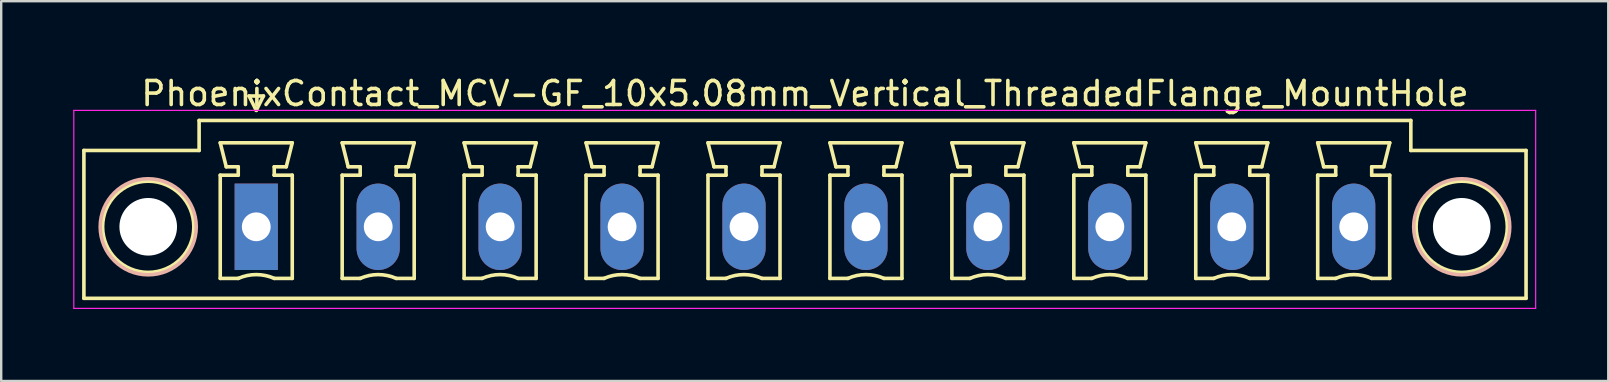
<source format=kicad_pcb>
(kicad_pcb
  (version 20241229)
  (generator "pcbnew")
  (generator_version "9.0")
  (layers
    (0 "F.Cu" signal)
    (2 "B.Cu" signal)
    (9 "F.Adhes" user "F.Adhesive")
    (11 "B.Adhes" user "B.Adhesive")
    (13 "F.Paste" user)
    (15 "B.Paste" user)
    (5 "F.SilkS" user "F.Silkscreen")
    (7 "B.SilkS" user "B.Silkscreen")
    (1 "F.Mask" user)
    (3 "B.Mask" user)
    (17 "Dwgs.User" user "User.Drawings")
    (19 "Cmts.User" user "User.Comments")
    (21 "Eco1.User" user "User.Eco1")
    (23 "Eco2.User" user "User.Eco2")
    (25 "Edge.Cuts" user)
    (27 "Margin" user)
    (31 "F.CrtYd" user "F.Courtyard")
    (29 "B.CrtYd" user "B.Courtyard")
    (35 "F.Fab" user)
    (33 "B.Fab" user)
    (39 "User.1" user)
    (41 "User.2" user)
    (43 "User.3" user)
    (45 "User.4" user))
  (footprint "PhoenixContact_MCV-GF_10x5.08mm_Vertical_ThreadedFlange_MountHole"
    (layer "F.Cu")
    (at 7.625 6.398)
    (property "Reference" "PhoenixContact_MCV-GF_10x5.08mm_Vertical_ThreadedFlange_MountHole" (at 22.86 -5.55 0) (layer "F.SilkS") (effects (font (size 1 1) (thickness 0.15))))
    (attr through_hole)
    (fp_line (start -7.18 -3.18) (end -7.18 2.98) (stroke (width 0.15) (type solid)) (layer "F.SilkS"))
    (fp_line (start -7.18 2.98) (end 52.9 2.98) (stroke (width 0.15) (type solid)) (layer "F.SilkS"))
    (fp_line (start -2.38 -4.43) (end -2.38 -3.18) (stroke (width 0.15) (type solid)) (layer "F.SilkS"))
    (fp_line (start -2.38 -3.18) (end -7.18 -3.18) (stroke (width 0.15) (type solid)) (layer "F.SilkS"))
    (fp_line (start -1.5 -3.5) (end 1.5 -3.5) (stroke (width 0.15) (type solid)) (layer "F.SilkS"))
    (fp_line (start -1.5 -2.15) (end -0.75 -2.15) (stroke (width 0.15) (type solid)) (layer "F.SilkS"))
    (fp_line (start -1.5 2.15) (end -1.5 -2.15) (stroke (width 0.15) (type solid)) (layer "F.SilkS"))
    (fp_line (start -1.25 -2.5) (end -1.5 -3.5) (stroke (width 0.15) (type solid)) (layer "F.SilkS"))
    (fp_line (start -0.75 -2.5) (end -1.25 -2.5) (stroke (width 0.15) (type solid)) (layer "F.SilkS"))
    (fp_line (start -0.75 -2.15) (end -0.75 -2.5) (stroke (width 0.15) (type solid)) (layer "F.SilkS"))
    (fp_line (start -0.75 2.15) (end -1.5 2.15) (stroke (width 0.15) (type solid)) (layer "F.SilkS"))
    (fp_line (start -0.3 -5.45) (end 0 -4.85) (stroke (width 0.15) (type solid)) (layer "F.SilkS"))
    (fp_line (start 0 -4.85) (end 0.3 -5.45) (stroke (width 0.15) (type solid)) (layer "F.SilkS"))
    (fp_line (start 0.3 -5.45) (end -0.3 -5.45) (stroke (width 0.15) (type solid)) (layer "F.SilkS"))
    (fp_line (start 0.75 -2.5) (end 0.75 -2.15) (stroke (width 0.15) (type solid)) (layer "F.SilkS"))
    (fp_line (start 0.75 -2.15) (end 0.75 -2.15) (stroke (width 0.15) (type solid)) (layer "F.SilkS"))
    (fp_line (start 0.75 -2.15) (end 1.5 -2.15) (stroke (width 0.15) (type solid)) (layer "F.SilkS"))
    (fp_line (start 1.25 -2.5) (end 0.75 -2.5) (stroke (width 0.15) (type solid)) (layer "F.SilkS"))
    (fp_line (start 1.5 -3.5) (end 1.25 -2.5) (stroke (width 0.15) (type solid)) (layer "F.SilkS"))
    (fp_line (start 1.5 -2.15) (end 1.5 2.15) (stroke (width 0.15) (type solid)) (layer "F.SilkS"))
    (fp_line (start 1.5 2.15) (end 0.75 2.15) (stroke (width 0.15) (type solid)) (layer "F.SilkS"))
    (fp_line (start 3.58 -3.5) (end 6.58 -3.5) (stroke (width 0.15) (type solid)) (layer "F.SilkS"))
    (fp_line (start 3.58 -2.15) (end 4.33 -2.15) (stroke (width 0.15) (type solid)) (layer "F.SilkS"))
    (fp_line (start 3.58 2.15) (end 3.58 -2.15) (stroke (width 0.15) (type solid)) (layer "F.SilkS"))
    (fp_line (start 3.83 -2.5) (end 3.58 -3.5) (stroke (width 0.15) (type solid)) (layer "F.SilkS"))
    (fp_line (start 4.33 -2.5) (end 3.83 -2.5) (stroke (width 0.15) (type solid)) (layer "F.SilkS"))
    (fp_line (start 4.33 -2.15) (end 4.33 -2.5) (stroke (width 0.15) (type solid)) (layer "F.SilkS"))
    (fp_line (start 4.33 2.15) (end 3.58 2.15) (stroke (width 0.15) (type solid)) (layer "F.SilkS"))
    (fp_line (start 5.83 -2.5) (end 5.83 -2.15) (stroke (width 0.15) (type solid)) (layer "F.SilkS"))
    (fp_line (start 5.83 -2.15) (end 5.83 -2.15) (stroke (width 0.15) (type solid)) (layer "F.SilkS"))
    (fp_line (start 5.83 -2.15) (end 6.58 -2.15) (stroke (width 0.15) (type solid)) (layer "F.SilkS"))
    (fp_line (start 6.33 -2.5) (end 5.83 -2.5) (stroke (width 0.15) (type solid)) (layer "F.SilkS"))
    (fp_line (start 6.58 -3.5) (end 6.33 -2.5) (stroke (width 0.15) (type solid)) (layer "F.SilkS"))
    (fp_line (start 6.58 -2.15) (end 6.58 2.15) (stroke (width 0.15) (type solid)) (layer "F.SilkS"))
    (fp_line (start 6.58 2.15) (end 5.83 2.15) (stroke (width 0.15) (type solid)) (layer "F.SilkS"))
    (fp_line (start 8.66 -3.5) (end 11.66 -3.5) (stroke (width 0.15) (type solid)) (layer "F.SilkS"))
    (fp_line (start 8.66 -2.15) (end 9.41 -2.15) (stroke (width 0.15) (type solid)) (layer "F.SilkS"))
    (fp_line (start 8.66 2.15) (end 8.66 -2.15) (stroke (width 0.15) (type solid)) (layer "F.SilkS"))
    (fp_line (start 8.91 -2.5) (end 8.66 -3.5) (stroke (width 0.15) (type solid)) (layer "F.SilkS"))
    (fp_line (start 9.41 -2.5) (end 8.91 -2.5) (stroke (width 0.15) (type solid)) (layer "F.SilkS"))
    (fp_line (start 9.41 -2.15) (end 9.41 -2.5) (stroke (width 0.15) (type solid)) (layer "F.SilkS"))
    (fp_line (start 9.41 2.15) (end 8.66 2.15) (stroke (width 0.15) (type solid)) (layer "F.SilkS"))
    (fp_line (start 10.91 -2.5) (end 10.91 -2.15) (stroke (width 0.15) (type solid)) (layer "F.SilkS"))
    (fp_line (start 10.91 -2.15) (end 10.91 -2.15) (stroke (width 0.15) (type solid)) (layer "F.SilkS"))
    (fp_line (start 10.91 -2.15) (end 11.66 -2.15) (stroke (width 0.15) (type solid)) (layer "F.SilkS"))
    (fp_line (start 11.41 -2.5) (end 10.91 -2.5) (stroke (width 0.15) (type solid)) (layer "F.SilkS"))
    (fp_line (start 11.66 -3.5) (end 11.41 -2.5) (stroke (width 0.15) (type solid)) (layer "F.SilkS"))
    (fp_line (start 11.66 -2.15) (end 11.66 2.15) (stroke (width 0.15) (type solid)) (layer "F.SilkS"))
    (fp_line (start 11.66 2.15) (end 10.91 2.15) (stroke (width 0.15) (type solid)) (layer "F.SilkS"))
    (fp_line (start 13.74 -3.5) (end 16.74 -3.5) (stroke (width 0.15) (type solid)) (layer "F.SilkS"))
    (fp_line (start 13.74 -2.15) (end 14.49 -2.15) (stroke (width 0.15) (type solid)) (layer "F.SilkS"))
    (fp_line (start 13.74 2.15) (end 13.74 -2.15) (stroke (width 0.15) (type solid)) (layer "F.SilkS"))
    (fp_line (start 13.99 -2.5) (end 13.74 -3.5) (stroke (width 0.15) (type solid)) (layer "F.SilkS"))
    (fp_line (start 14.49 -2.5) (end 13.99 -2.5) (stroke (width 0.15) (type solid)) (layer "F.SilkS"))
    (fp_line (start 14.49 -2.15) (end 14.49 -2.5) (stroke (width 0.15) (type solid)) (layer "F.SilkS"))
    (fp_line (start 14.49 2.15) (end 13.74 2.15) (stroke (width 0.15) (type solid)) (layer "F.SilkS"))
    (fp_line (start 15.99 -2.5) (end 15.99 -2.15) (stroke (width 0.15) (type solid)) (layer "F.SilkS"))
    (fp_line (start 15.99 -2.15) (end 15.99 -2.15) (stroke (width 0.15) (type solid)) (layer "F.SilkS"))
    (fp_line (start 15.99 -2.15) (end 16.74 -2.15) (stroke (width 0.15) (type solid)) (layer "F.SilkS"))
    (fp_line (start 16.49 -2.5) (end 15.99 -2.5) (stroke (width 0.15) (type solid)) (layer "F.SilkS"))
    (fp_line (start 16.74 -3.5) (end 16.49 -2.5) (stroke (width 0.15) (type solid)) (layer "F.SilkS"))
    (fp_line (start 16.74 -2.15) (end 16.74 2.15) (stroke (width 0.15) (type solid)) (layer "F.SilkS"))
    (fp_line (start 16.74 2.15) (end 15.99 2.15) (stroke (width 0.15) (type solid)) (layer "F.SilkS"))
    (fp_line (start 18.82 -3.5) (end 21.82 -3.5) (stroke (width 0.15) (type solid)) (layer "F.SilkS"))
    (fp_line (start 18.82 -2.15) (end 19.57 -2.15) (stroke (width 0.15) (type solid)) (layer "F.SilkS"))
    (fp_line (start 18.82 2.15) (end 18.82 -2.15) (stroke (width 0.15) (type solid)) (layer "F.SilkS"))
    (fp_line (start 19.07 -2.5) (end 18.82 -3.5) (stroke (width 0.15) (type solid)) (layer "F.SilkS"))
    (fp_line (start 19.57 -2.5) (end 19.07 -2.5) (stroke (width 0.15) (type solid)) (layer "F.SilkS"))
    (fp_line (start 19.57 -2.15) (end 19.57 -2.5) (stroke (width 0.15) (type solid)) (layer "F.SilkS"))
    (fp_line (start 19.57 2.15) (end 18.82 2.15) (stroke (width 0.15) (type solid)) (layer "F.SilkS"))
    (fp_line (start 21.07 -2.5) (end 21.07 -2.15) (stroke (width 0.15) (type solid)) (layer "F.SilkS"))
    (fp_line (start 21.07 -2.15) (end 21.07 -2.15) (stroke (width 0.15) (type solid)) (layer "F.SilkS"))
    (fp_line (start 21.07 -2.15) (end 21.82 -2.15) (stroke (width 0.15) (type solid)) (layer "F.SilkS"))
    (fp_line (start 21.57 -2.5) (end 21.07 -2.5) (stroke (width 0.15) (type solid)) (layer "F.SilkS"))
    (fp_line (start 21.82 -3.5) (end 21.57 -2.5) (stroke (width 0.15) (type solid)) (layer "F.SilkS"))
    (fp_line (start 21.82 -2.15) (end 21.82 2.15) (stroke (width 0.15) (type solid)) (layer "F.SilkS"))
    (fp_line (start 21.82 2.15) (end 21.07 2.15) (stroke (width 0.15) (type solid)) (layer "F.SilkS"))
    (fp_line (start 23.9 -3.5) (end 26.9 -3.5) (stroke (width 0.15) (type solid)) (layer "F.SilkS"))
    (fp_line (start 23.9 -2.15) (end 24.65 -2.15) (stroke (width 0.15) (type solid)) (layer "F.SilkS"))
    (fp_line (start 23.9 2.15) (end 23.9 -2.15) (stroke (width 0.15) (type solid)) (layer "F.SilkS"))
    (fp_line (start 24.15 -2.5) (end 23.9 -3.5) (stroke (width 0.15) (type solid)) (layer "F.SilkS"))
    (fp_line (start 24.65 -2.5) (end 24.15 -2.5) (stroke (width 0.15) (type solid)) (layer "F.SilkS"))
    (fp_line (start 24.65 -2.15) (end 24.65 -2.5) (stroke (width 0.15) (type solid)) (layer "F.SilkS"))
    (fp_line (start 24.65 2.15) (end 23.9 2.15) (stroke (width 0.15) (type solid)) (layer "F.SilkS"))
    (fp_line (start 26.15 -2.5) (end 26.15 -2.15) (stroke (width 0.15) (type solid)) (layer "F.SilkS"))
    (fp_line (start 26.15 -2.15) (end 26.15 -2.15) (stroke (width 0.15) (type solid)) (layer "F.SilkS"))
    (fp_line (start 26.15 -2.15) (end 26.9 -2.15) (stroke (width 0.15) (type solid)) (layer "F.SilkS"))
    (fp_line (start 26.65 -2.5) (end 26.15 -2.5) (stroke (width 0.15) (type solid)) (layer "F.SilkS"))
    (fp_line (start 26.9 -3.5) (end 26.65 -2.5) (stroke (width 0.15) (type solid)) (layer "F.SilkS"))
    (fp_line (start 26.9 -2.15) (end 26.9 2.15) (stroke (width 0.15) (type solid)) (layer "F.SilkS"))
    (fp_line (start 26.9 2.15) (end 26.15 2.15) (stroke (width 0.15) (type solid)) (layer "F.SilkS"))
    (fp_line (start 28.98 -3.5) (end 31.98 -3.5) (stroke (width 0.15) (type solid)) (layer "F.SilkS"))
    (fp_line (start 28.98 -2.15) (end 29.73 -2.15) (stroke (width 0.15) (type solid)) (layer "F.SilkS"))
    (fp_line (start 28.98 2.15) (end 28.98 -2.15) (stroke (width 0.15) (type solid)) (layer "F.SilkS"))
    (fp_line (start 29.23 -2.5) (end 28.98 -3.5) (stroke (width 0.15) (type solid)) (layer "F.SilkS"))
    (fp_line (start 29.73 -2.5) (end 29.23 -2.5) (stroke (width 0.15) (type solid)) (layer "F.SilkS"))
    (fp_line (start 29.73 -2.15) (end 29.73 -2.5) (stroke (width 0.15) (type solid)) (layer "F.SilkS"))
    (fp_line (start 29.73 2.15) (end 28.98 2.15) (stroke (width 0.15) (type solid)) (layer "F.SilkS"))
    (fp_line (start 31.23 -2.5) (end 31.23 -2.15) (stroke (width 0.15) (type solid)) (layer "F.SilkS"))
    (fp_line (start 31.23 -2.15) (end 31.23 -2.15) (stroke (width 0.15) (type solid)) (layer "F.SilkS"))
    (fp_line (start 31.23 -2.15) (end 31.98 -2.15) (stroke (width 0.15) (type solid)) (layer "F.SilkS"))
    (fp_line (start 31.73 -2.5) (end 31.23 -2.5) (stroke (width 0.15) (type solid)) (layer "F.SilkS"))
    (fp_line (start 31.98 -3.5) (end 31.73 -2.5) (stroke (width 0.15) (type solid)) (layer "F.SilkS"))
    (fp_line (start 31.98 -2.15) (end 31.98 2.15) (stroke (width 0.15) (type solid)) (layer "F.SilkS"))
    (fp_line (start 31.98 2.15) (end 31.23 2.15) (stroke (width 0.15) (type solid)) (layer "F.SilkS"))
    (fp_line (start 34.06 -3.5) (end 37.06 -3.5) (stroke (width 0.15) (type solid)) (layer "F.SilkS"))
    (fp_line (start 34.06 -2.15) (end 34.81 -2.15) (stroke (width 0.15) (type solid)) (layer "F.SilkS"))
    (fp_line (start 34.06 2.15) (end 34.06 -2.15) (stroke (width 0.15) (type solid)) (layer "F.SilkS"))
    (fp_line (start 34.31 -2.5) (end 34.06 -3.5) (stroke (width 0.15) (type solid)) (layer "F.SilkS"))
    (fp_line (start 34.81 -2.5) (end 34.31 -2.5) (stroke (width 0.15) (type solid)) (layer "F.SilkS"))
    (fp_line (start 34.81 -2.15) (end 34.81 -2.5) (stroke (width 0.15) (type solid)) (layer "F.SilkS"))
    (fp_line (start 34.81 2.15) (end 34.06 2.15) (stroke (width 0.15) (type solid)) (layer "F.SilkS"))
    (fp_line (start 36.31 -2.5) (end 36.31 -2.15) (stroke (width 0.15) (type solid)) (layer "F.SilkS"))
    (fp_line (start 36.31 -2.15) (end 36.31 -2.15) (stroke (width 0.15) (type solid)) (layer "F.SilkS"))
    (fp_line (start 36.31 -2.15) (end 37.06 -2.15) (stroke (width 0.15) (type solid)) (layer "F.SilkS"))
    (fp_line (start 36.81 -2.5) (end 36.31 -2.5) (stroke (width 0.15) (type solid)) (layer "F.SilkS"))
    (fp_line (start 37.06 -3.5) (end 36.81 -2.5) (stroke (width 0.15) (type solid)) (layer "F.SilkS"))
    (fp_line (start 37.06 -2.15) (end 37.06 2.15) (stroke (width 0.15) (type solid)) (layer "F.SilkS"))
    (fp_line (start 37.06 2.15) (end 36.31 2.15) (stroke (width 0.15) (type solid)) (layer "F.SilkS"))
    (fp_line (start 39.14 -3.5) (end 42.14 -3.5) (stroke (width 0.15) (type solid)) (layer "F.SilkS"))
    (fp_line (start 39.14 -2.15) (end 39.89 -2.15) (stroke (width 0.15) (type solid)) (layer "F.SilkS"))
    (fp_line (start 39.14 2.15) (end 39.14 -2.15) (stroke (width 0.15) (type solid)) (layer "F.SilkS"))
    (fp_line (start 39.39 -2.5) (end 39.14 -3.5) (stroke (width 0.15) (type solid)) (layer "F.SilkS"))
    (fp_line (start 39.89 -2.5) (end 39.39 -2.5) (stroke (width 0.15) (type solid)) (layer "F.SilkS"))
    (fp_line (start 39.89 -2.15) (end 39.89 -2.5) (stroke (width 0.15) (type solid)) (layer "F.SilkS"))
    (fp_line (start 39.89 2.15) (end 39.14 2.15) (stroke (width 0.15) (type solid)) (layer "F.SilkS"))
    (fp_line (start 41.39 -2.5) (end 41.39 -2.15) (stroke (width 0.15) (type solid)) (layer "F.SilkS"))
    (fp_line (start 41.39 -2.15) (end 41.39 -2.15) (stroke (width 0.15) (type solid)) (layer "F.SilkS"))
    (fp_line (start 41.39 -2.15) (end 42.14 -2.15) (stroke (width 0.15) (type solid)) (layer "F.SilkS"))
    (fp_line (start 41.89 -2.5) (end 41.39 -2.5) (stroke (width 0.15) (type solid)) (layer "F.SilkS"))
    (fp_line (start 42.14 -3.5) (end 41.89 -2.5) (stroke (width 0.15) (type solid)) (layer "F.SilkS"))
    (fp_line (start 42.14 -2.15) (end 42.14 2.15) (stroke (width 0.15) (type solid)) (layer "F.SilkS"))
    (fp_line (start 42.14 2.15) (end 41.39 2.15) (stroke (width 0.15) (type solid)) (layer "F.SilkS"))
    (fp_line (start 44.22 -3.5) (end 47.22 -3.5) (stroke (width 0.15) (type solid)) (layer "F.SilkS"))
    (fp_line (start 44.22 -2.15) (end 44.97 -2.15) (stroke (width 0.15) (type solid)) (layer "F.SilkS"))
    (fp_line (start 44.22 2.15) (end 44.22 -2.15) (stroke (width 0.15) (type solid)) (layer "F.SilkS"))
    (fp_line (start 44.47 -2.5) (end 44.22 -3.5) (stroke (width 0.15) (type solid)) (layer "F.SilkS"))
    (fp_line (start 44.97 -2.5) (end 44.47 -2.5) (stroke (width 0.15) (type solid)) (layer "F.SilkS"))
    (fp_line (start 44.97 -2.15) (end 44.97 -2.5) (stroke (width 0.15) (type solid)) (layer "F.SilkS"))
    (fp_line (start 44.97 2.15) (end 44.22 2.15) (stroke (width 0.15) (type solid)) (layer "F.SilkS"))
    (fp_line (start 46.47 -2.5) (end 46.47 -2.15) (stroke (width 0.15) (type solid)) (layer "F.SilkS"))
    (fp_line (start 46.47 -2.15) (end 46.47 -2.15) (stroke (width 0.15) (type solid)) (layer "F.SilkS"))
    (fp_line (start 46.47 -2.15) (end 47.22 -2.15) (stroke (width 0.15) (type solid)) (layer "F.SilkS"))
    (fp_line (start 46.97 -2.5) (end 46.47 -2.5) (stroke (width 0.15) (type solid)) (layer "F.SilkS"))
    (fp_line (start 47.22 -3.5) (end 46.97 -2.5) (stroke (width 0.15) (type solid)) (layer "F.SilkS"))
    (fp_line (start 47.22 -2.15) (end 47.22 2.15) (stroke (width 0.15) (type solid)) (layer "F.SilkS"))
    (fp_line (start 47.22 2.15) (end 46.47 2.15) (stroke (width 0.15) (type solid)) (layer "F.SilkS"))
    (fp_line (start 48.1 -4.43) (end -2.38 -4.43) (stroke (width 0.15) (type solid)) (layer "F.SilkS"))
    (fp_line (start 48.1 -3.18) (end 48.1 -4.43) (stroke (width 0.15) (type solid)) (layer "F.SilkS"))
    (fp_line (start 52.9 -3.18) (end 48.1 -3.18) (stroke (width 0.15) (type solid)) (layer "F.SilkS"))
    (fp_line (start 52.9 2.98) (end 52.9 -3.18) (stroke (width 0.15) (type solid)) (layer "F.SilkS"))
    (fp_arc (start -0.75 2.15) (mid -0.000193 1.99191) (end 0.749647 2.149844) (stroke (width 0.15) (type solid)) (layer "F.SilkS"))
    (fp_arc (start 4.33 2.15) (mid 5.079807 1.99191) (end 5.829647 2.149844) (stroke (width 0.15) (type solid)) (layer "F.SilkS"))
    (fp_arc (start 9.41 2.15) (mid 10.159807 1.99191) (end 10.909647 2.149844) (stroke (width 0.15) (type solid)) (layer "F.SilkS"))
    (fp_arc (start 14.49 2.15) (mid 15.239807 1.99191) (end 15.989647 2.149844) (stroke (width 0.15) (type solid)) (layer "F.SilkS"))
    (fp_arc (start 19.57 2.15) (mid 20.319807 1.99191) (end 21.069647 2.149844) (stroke (width 0.15) (type solid)) (layer "F.SilkS"))
    (fp_arc (start 24.65 2.15) (mid 25.399807 1.99191) (end 26.149647 2.149844) (stroke (width 0.15) (type solid)) (layer "F.SilkS"))
    (fp_arc (start 29.73 2.15) (mid 30.479807 1.99191) (end 31.229647 2.149844) (stroke (width 0.15) (type solid)) (layer "F.SilkS"))
    (fp_arc (start 34.81 2.15) (mid 35.559807 1.99191) (end 36.309647 2.149844) (stroke (width 0.15) (type solid)) (layer "F.SilkS"))
    (fp_arc (start 39.89 2.15) (mid 40.639807 1.99191) (end 41.389647 2.149844) (stroke (width 0.15) (type solid)) (layer "F.SilkS"))
    (fp_arc (start 44.97 2.15) (mid 45.719807 1.99191) (end 46.469647 2.149844) (stroke (width 0.15) (type solid)) (layer "F.SilkS"))
    (fp_circle (center -4.5 0) (end -2.6 0) (stroke (width 0.15) (type solid)) (fill no) (layer "F.SilkS"))
    (fp_circle (center 50.22 0) (end 52.12 0) (stroke (width 0.15) (type solid)) (fill no) (layer "F.SilkS"))
    (fp_circle (center -4.5 0) (end -2.5 0) (stroke (width 0.15) (type solid)) (fill no) (layer "B.SilkS"))
    (fp_circle (center 50.22 0) (end 52.22 0) (stroke (width 0.15) (type solid)) (fill no) (layer "B.SilkS"))
    (fp_line (start -7.6 -4.85) (end -7.6 3.4) (stroke (width 0.05) (type solid)) (layer "F.CrtYd"))
    (fp_line (start -7.6 3.4) (end 53.3 3.4) (stroke (width 0.05) (type solid)) (layer "F.CrtYd"))
    (fp_line (start 53.3 -4.85) (end -7.6 -4.85) (stroke (width 0.05) (type solid)) (layer "F.CrtYd"))
    (fp_line (start 53.3 3.4) (end 53.3 -4.85) (stroke (width 0.05) (type solid)) (layer "F.CrtYd"))
    (pad "" np_thru_hole circle (at -4.5 0) (size 2.4 2.4) (drill 2.4) (layers "*.Cu" "*.Mask"))
    (pad "" np_thru_hole circle (at 50.22 0) (size 2.4 2.4) (drill 2.4) (layers "*.Cu" "*.Mask"))
    (pad "1" thru_hole rect (at 0 0) (size 1.8 3.6) (drill 1.2) (layers "*.Cu" "*.Mask"))
    (pad "2" thru_hole oval (at 5.08 0) (size 1.8 3.6) (drill 1.2) (layers "*.Cu" "*.Mask"))
    (pad "3" thru_hole oval (at 10.16 0) (size 1.8 3.6) (drill 1.2) (layers "*.Cu" "*.Mask"))
    (pad "4" thru_hole oval (at 15.24 0) (size 1.8 3.6) (drill 1.2) (layers "*.Cu" "*.Mask"))
    (pad "5" thru_hole oval (at 20.32 0) (size 1.8 3.6) (drill 1.2) (layers "*.Cu" "*.Mask"))
    (pad "6" thru_hole oval (at 25.4 0) (size 1.8 3.6) (drill 1.2) (layers "*.Cu" "*.Mask"))
    (pad "7" thru_hole oval (at 30.48 0) (size 1.8 3.6) (drill 1.2) (layers "*.Cu" "*.Mask"))
    (pad "8" thru_hole oval (at 35.56 0) (size 1.8 3.6) (drill 1.2) (layers "*.Cu" "*.Mask"))
    (pad "9" thru_hole oval (at 40.64 0) (size 1.8 3.6) (drill 1.2) (layers "*.Cu" "*.Mask"))
    (pad "10" thru_hole oval (at 45.72 0) (size 1.8 3.6) (drill 1.2) (layers "*.Cu" "*.Mask")))
  (gr_rect
    (start -3 -3)
    (end 63.95 12.823)
    (stroke (width 0.1) (type default))
    (fill no)
    (layer "Edge.Cuts")))
</source>
